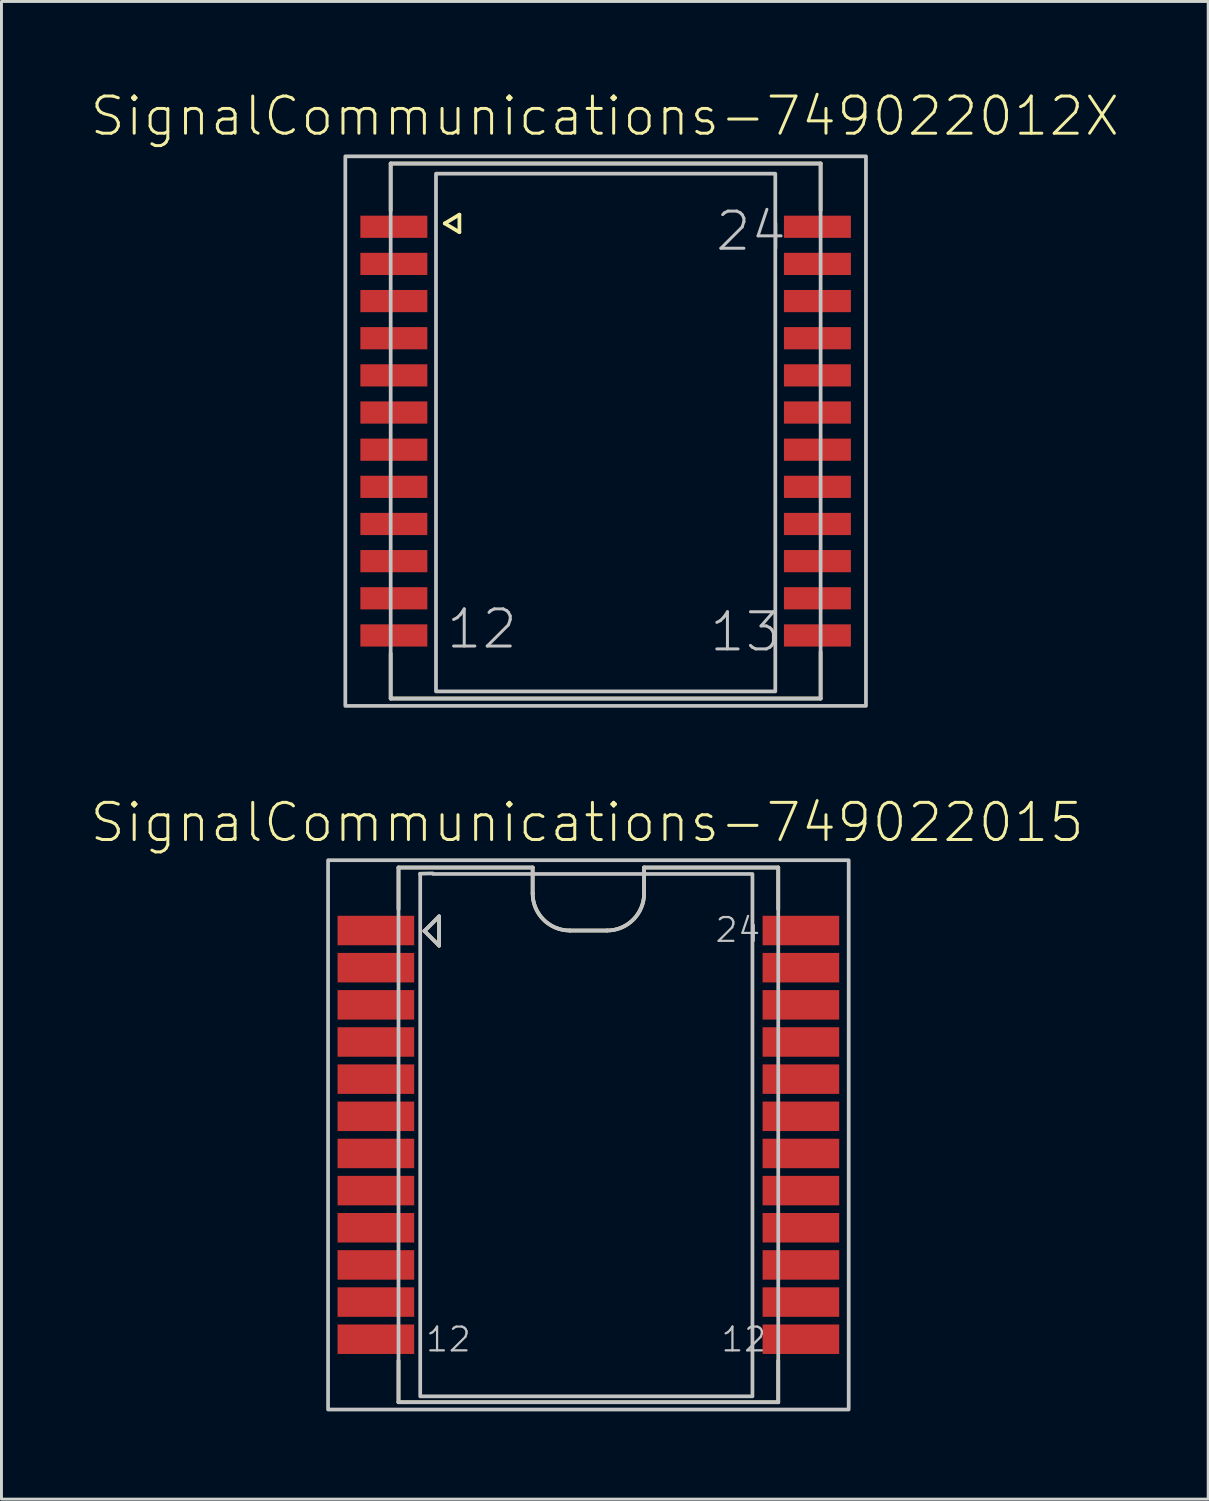
<source format=kicad_pcb>
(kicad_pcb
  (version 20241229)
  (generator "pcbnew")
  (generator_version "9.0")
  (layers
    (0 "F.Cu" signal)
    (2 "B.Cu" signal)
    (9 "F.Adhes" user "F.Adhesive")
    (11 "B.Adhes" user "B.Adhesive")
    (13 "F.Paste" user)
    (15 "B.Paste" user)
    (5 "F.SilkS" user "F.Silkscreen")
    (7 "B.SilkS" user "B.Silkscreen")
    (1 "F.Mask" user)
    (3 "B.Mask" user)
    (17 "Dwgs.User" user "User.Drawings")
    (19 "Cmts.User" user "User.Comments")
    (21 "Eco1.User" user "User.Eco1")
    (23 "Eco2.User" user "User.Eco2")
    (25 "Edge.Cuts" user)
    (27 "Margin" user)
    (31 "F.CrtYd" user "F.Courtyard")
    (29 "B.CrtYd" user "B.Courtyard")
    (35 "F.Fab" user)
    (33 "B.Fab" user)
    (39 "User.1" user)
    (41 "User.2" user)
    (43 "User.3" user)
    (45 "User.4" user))
  (footprint "SignalCommunications-749022012X"
    (layer "F.Cu")
    (at 17.652 11.686)
    (property "Reference" "SignalCommunications-749022012X" (at -0.028 -10.765 0) (layer "F.SilkS") (effects (font (size 1.27 1.27) (thickness 0.102))))
    (attr smd)
    (fp_line (start -7.348 -9.149) (end 7.348 -9.149) (stroke (width 0.127) (type solid)) (layer "F.SilkS"))
    (fp_line (start -7.348 -7.539) (end -7.348 -9.149) (stroke (width 0.127) (type solid)) (layer "F.SilkS"))
    (fp_line (start -7.348 7.6) (end -7.348 9.139) (stroke (width 0.127) (type solid)) (layer "F.SilkS"))
    (fp_line (start -7.348 9.139) (end 7.348 9.139) (stroke (width 0.127) (type solid)) (layer "F.SilkS"))
    (fp_line (start -5.499 -7.099) (end -4.999 -7.399) (stroke (width 0.127) (type solid)) (layer "F.SilkS"))
    (fp_line (start -4.999 -7.399) (end -4.999 -6.8) (stroke (width 0.127) (type solid)) (layer "F.SilkS"))
    (fp_line (start -4.999 -6.8) (end -5.499 -7.099) (stroke (width 0.127) (type solid)) (layer "F.SilkS"))
    (fp_line (start 7.348 -9.149) (end 7.348 -7.549) (stroke (width 0.127) (type solid)) (layer "F.SilkS"))
    (fp_line (start 7.348 9.139) (end 7.348 7.549) (stroke (width 0.127) (type solid)) (layer "F.SilkS"))
    (fp_line (start -7.348 -9.144) (end 7.348 -9.144) (stroke (width 0.127) (type solid)) (layer "Dwgs.User"))
    (fp_line (start -7.348 9.144) (end -7.348 -9.144) (stroke (width 0.127) (type solid)) (layer "Dwgs.User"))
    (fp_line (start 7.348 -9.144) (end 7.348 9.144) (stroke (width 0.127) (type solid)) (layer "Dwgs.User"))
    (fp_line (start 7.348 9.144) (end -7.348 9.144) (stroke (width 0.127) (type solid)) (layer "Dwgs.User"))
    (fp_poly (pts (xy -8.898 -9.393) (xy 8.898 -9.393) (xy 8.898 9.393) (xy -8.898 9.393) (xy -8.898 -9.393)) (stroke (width 0.127) (type solid)) (fill no) (layer "Dwgs.User"))
    (fp_poly (pts (xy -5.799 -8.799) (xy 5.799 -8.799) (xy 5.799 8.898) (xy -5.799 8.898) (xy -5.799 -8.799)) (stroke (width 0.127) (type solid)) (fill no) (layer "Dwgs.User"))
    (fp_text user "13" (at 4.768 6.863 0) (layer "Dwgs.User") (effects (font (size 1.27 1.27) (thickness 0.102))))
    (fp_text user "12" (at -4.229 6.764 0) (layer "Dwgs.User") (effects (font (size 1.27 1.27) (thickness 0.102))))
    (fp_text user "24" (at 4.968 -6.833 0) (layer "Dwgs.User") (effects (font (size 1.27 1.27) (thickness 0.102))))
    (pad "1" smd rect (at -7.239 -6.985) (size 2.289 0.759) (layers "F.Cu" "F.Mask" "F.Paste"))
    (pad "2" smd rect (at -7.239 -5.715) (size 2.289 0.759) (layers "F.Cu" "F.Mask" "F.Paste"))
    (pad "3" smd rect (at -7.239 -4.445) (size 2.289 0.759) (layers "F.Cu" "F.Mask" "F.Paste"))
    (pad "4" smd rect (at -7.239 -3.175) (size 2.289 0.759) (layers "F.Cu" "F.Mask" "F.Paste"))
    (pad "5" smd rect (at -7.239 -1.905) (size 2.289 0.759) (layers "F.Cu" "F.Mask" "F.Paste"))
    (pad "6" smd rect (at -7.239 -0.635) (size 2.289 0.759) (layers "F.Cu" "F.Mask" "F.Paste"))
    (pad "7" smd rect (at -7.239 0.635) (size 2.289 0.759) (layers "F.Cu" "F.Mask" "F.Paste"))
    (pad "8" smd rect (at -7.239 1.905) (size 2.289 0.759) (layers "F.Cu" "F.Mask" "F.Paste"))
    (pad "9" smd rect (at -7.239 3.175) (size 2.289 0.759) (layers "F.Cu" "F.Mask" "F.Paste"))
    (pad "10" smd rect (at -7.239 4.445) (size 2.289 0.759) (layers "F.Cu" "F.Mask" "F.Paste"))
    (pad "11" smd rect (at -7.239 5.715) (size 2.289 0.759) (layers "F.Cu" "F.Mask" "F.Paste"))
    (pad "12" smd rect (at -7.239 6.985) (size 2.289 0.759) (layers "F.Cu" "F.Mask" "F.Paste"))
    (pad "13" smd rect (at 7.239 6.985) (size 2.289 0.759) (layers "F.Cu" "F.Mask" "F.Paste"))
    (pad "14" smd rect (at 7.239 5.715) (size 2.289 0.759) (layers "F.Cu" "F.Mask" "F.Paste"))
    (pad "15" smd rect (at 7.239 4.445) (size 2.289 0.759) (layers "F.Cu" "F.Mask" "F.Paste"))
    (pad "16" smd rect (at 7.239 3.175) (size 2.289 0.759) (layers "F.Cu" "F.Mask" "F.Paste"))
    (pad "17" smd rect (at 7.239 1.905) (size 2.289 0.759) (layers "F.Cu" "F.Mask" "F.Paste"))
    (pad "18" smd rect (at 7.239 0.635) (size 2.289 0.759) (layers "F.Cu" "F.Mask" "F.Paste"))
    (pad "19" smd rect (at 7.239 -0.635) (size 2.289 0.759) (layers "F.Cu" "F.Mask" "F.Paste"))
    (pad "20" smd rect (at 7.239 -1.905) (size 2.289 0.759) (layers "F.Cu" "F.Mask" "F.Paste"))
    (pad "21" smd rect (at 7.239 -3.175) (size 2.289 0.759) (layers "F.Cu" "F.Mask" "F.Paste"))
    (pad "22" smd rect (at 7.239 -4.445) (size 2.289 0.759) (layers "F.Cu" "F.Mask" "F.Paste"))
    (pad "23" smd rect (at 7.239 -5.715) (size 2.289 0.759) (layers "F.Cu" "F.Mask" "F.Paste"))
    (pad "24" smd rect (at 7.239 -6.985) (size 2.289 0.759) (layers "F.Cu" "F.Mask" "F.Paste")))
  (footprint "SignalCommunications-749022015"
    (layer "F.Cu")
    (at 17.062 35.742)
    (property "Reference" "SignalCommunications-749022015" (at -0.043 -10.678 0) (layer "F.SilkS") (effects (font (size 1.27 1.27) (thickness 0.102))))
    (attr smd)
    (fp_line (start -6.49 -9.139) (end -1.905 -9.139) (stroke (width 0.127) (type solid)) (layer "F.SilkS"))
    (fp_line (start -6.49 -7.719) (end -6.49 -9.139) (stroke (width 0.127) (type solid)) (layer "F.SilkS"))
    (fp_line (start -6.49 7.719) (end -6.49 9.139) (stroke (width 0.127) (type solid)) (layer "F.SilkS"))
    (fp_line (start -6.49 9.139) (end 6.49 9.139) (stroke (width 0.127) (type solid)) (layer "F.SilkS"))
    (fp_line (start -5.603 -6.97) (end -5.103 -6.469) (stroke (width 0.127) (type solid)) (layer "F.SilkS"))
    (fp_line (start -5.103 -7.468) (end -5.603 -6.97) (stroke (width 0.127) (type solid)) (layer "F.SilkS"))
    (fp_line (start -5.103 -6.469) (end -5.103 -7.468) (stroke (width 0.127) (type solid)) (layer "F.SilkS"))
    (fp_line (start -1.905 -9.139) (end -1.905 -8.255) (stroke (width 0.127) (type solid)) (layer "F.SilkS"))
    (fp_line (start -0.635 -6.985) (end 0.635 -6.985) (stroke (width 0.127) (type solid)) (layer "F.SilkS"))
    (fp_line (start 1.905 -9.139) (end 6.49 -9.139) (stroke (width 0.127) (type solid)) (layer "F.SilkS"))
    (fp_line (start 1.905 -8.255) (end 1.905 -9.139) (stroke (width 0.127) (type solid)) (layer "F.SilkS"))
    (fp_line (start 6.49 -9.139) (end 6.49 -7.719) (stroke (width 0.127) (type solid)) (layer "F.SilkS"))
    (fp_line (start 6.49 9.139) (end 6.49 7.719) (stroke (width 0.127) (type solid)) (layer "F.SilkS"))
    (fp_arc (start -0.635 -6.985) (mid -1.533026 -7.356974) (end -1.905 -8.255) (stroke (width 0.127) (type solid)) (layer "F.SilkS"))
    (fp_arc (start 1.905 -8.255) (mid 1.533026 -7.356974) (end 0.635 -6.985) (stroke (width 0.127) (type solid)) (layer "F.SilkS"))
    (fp_line (start -6.49 -9.139) (end -6.49 9.139) (stroke (width 0.127) (type solid)) (layer "Dwgs.User"))
    (fp_line (start -6.49 -9.139) (end -1.905 -9.139) (stroke (width 0.127) (type solid)) (layer "Dwgs.User"))
    (fp_line (start -6.49 9.139) (end 6.49 9.139) (stroke (width 0.127) (type solid)) (layer "Dwgs.User"))
    (fp_line (start -5.603 -6.97) (end -5.103 -6.469) (stroke (width 0.127) (type solid)) (layer "Dwgs.User"))
    (fp_line (start -5.103 -7.468) (end -5.603 -6.97) (stroke (width 0.127) (type solid)) (layer "Dwgs.User"))
    (fp_line (start -5.103 -6.469) (end -5.103 -7.468) (stroke (width 0.127) (type solid)) (layer "Dwgs.User"))
    (fp_line (start -1.905 -9.139) (end -1.905 -8.255) (stroke (width 0.127) (type solid)) (layer "Dwgs.User"))
    (fp_line (start -0.635 -6.985) (end 0.635 -6.985) (stroke (width 0.127) (type solid)) (layer "Dwgs.User"))
    (fp_line (start 1.905 -9.139) (end 6.49 -9.139) (stroke (width 0.127) (type solid)) (layer "Dwgs.User"))
    (fp_line (start 1.905 -8.255) (end 1.905 -9.139) (stroke (width 0.127) (type solid)) (layer "Dwgs.User"))
    (fp_line (start 6.49 9.139) (end 6.49 -9.139) (stroke (width 0.127) (type solid)) (layer "Dwgs.User"))
    (fp_arc (start -0.635 -6.985) (mid -1.533026 -7.356974) (end -1.905 -8.255) (stroke (width 0.127) (type solid)) (layer "Dwgs.User"))
    (fp_arc (start 1.905 -8.255) (mid 1.533026 -7.356974) (end 0.635 -6.985) (stroke (width 0.127) (type solid)) (layer "Dwgs.User"))
    (fp_poly (pts (xy -8.898 -9.388) (xy 8.898 -9.388) (xy 8.898 9.388) (xy -8.898 9.388) (xy -8.898 -9.388)) (stroke (width 0.127) (type solid)) (fill no) (layer "Dwgs.User"))
    (fp_poly (pts (xy -5.499 -8.918) (xy 5.608 -8.918) (xy 5.608 8.938) (xy -5.748 8.938) (xy -5.748 -8.898) (xy -5.758 -8.898) (xy -5.758 -8.928) (xy -5.319 -8.938) (xy -5.319 -8.88) (xy -5.499 -8.918)) (stroke (width 0.127) (type solid)) (fill no) (layer "Dwgs.User"))
    (fp_text user "12" (at 5.311 6.993 0) (layer "Dwgs.User") (effects (font (size 0.813 0.813) (thickness 0.076))))
    (fp_text user "12" (at -4.785 6.993 0) (layer "Dwgs.User") (effects (font (size 0.813 0.813) (thickness 0.076))))
    (fp_text user "24" (at 5.11 -7.005 0) (layer "Dwgs.User") (effects (font (size 0.813 0.813) (thickness 0.076))))
    (pad "1" smd rect (at -7.264 -6.985) (size 2.619 1.008) (layers "F.Cu" "F.Mask" "F.Paste"))
    (pad "2" smd rect (at -7.264 -5.715) (size 2.619 1.008) (layers "F.Cu" "F.Mask" "F.Paste"))
    (pad "3" smd rect (at -7.264 -4.445) (size 2.619 1.008) (layers "F.Cu" "F.Mask" "F.Paste"))
    (pad "4" smd rect (at -7.264 -3.175) (size 2.619 1.008) (layers "F.Cu" "F.Mask" "F.Paste"))
    (pad "5" smd rect (at -7.264 -1.905) (size 2.619 1.008) (layers "F.Cu" "F.Mask" "F.Paste"))
    (pad "6" smd rect (at -7.264 -0.635) (size 2.619 1.008) (layers "F.Cu" "F.Mask" "F.Paste"))
    (pad "7" smd rect (at -7.264 0.635) (size 2.619 1.008) (layers "F.Cu" "F.Mask" "F.Paste"))
    (pad "8" smd rect (at -7.264 1.905) (size 2.619 1.008) (layers "F.Cu" "F.Mask" "F.Paste"))
    (pad "9" smd rect (at -7.264 3.175) (size 2.619 1.008) (layers "F.Cu" "F.Mask" "F.Paste"))
    (pad "10" smd rect (at -7.264 4.445) (size 2.619 1.008) (layers "F.Cu" "F.Mask" "F.Paste"))
    (pad "11" smd rect (at -7.264 5.715) (size 2.619 1.008) (layers "F.Cu" "F.Mask" "F.Paste"))
    (pad "12" smd rect (at -7.264 6.985) (size 2.619 1.008) (layers "F.Cu" "F.Mask" "F.Paste"))
    (pad "13" smd rect (at 7.264 6.985) (size 2.619 1.008) (layers "F.Cu" "F.Mask" "F.Paste"))
    (pad "14" smd rect (at 7.264 5.715) (size 2.619 1.008) (layers "F.Cu" "F.Mask" "F.Paste"))
    (pad "15" smd rect (at 7.264 4.445) (size 2.619 1.008) (layers "F.Cu" "F.Mask" "F.Paste"))
    (pad "16" smd rect (at 7.264 3.175) (size 2.619 1.008) (layers "F.Cu" "F.Mask" "F.Paste"))
    (pad "17" smd rect (at 7.264 1.905) (size 2.619 1.008) (layers "F.Cu" "F.Mask" "F.Paste"))
    (pad "18" smd rect (at 7.264 0.635) (size 2.619 1.008) (layers "F.Cu" "F.Mask" "F.Paste"))
    (pad "19" smd rect (at 7.264 -0.635) (size 2.619 1.008) (layers "F.Cu" "F.Mask" "F.Paste"))
    (pad "20" smd rect (at 7.264 -1.905) (size 2.619 1.008) (layers "F.Cu" "F.Mask" "F.Paste"))
    (pad "21" smd rect (at 7.264 -3.175) (size 2.619 1.008) (layers "F.Cu" "F.Mask" "F.Paste"))
    (pad "22" smd rect (at 7.264 -4.445) (size 2.619 1.008) (layers "F.Cu" "F.Mask" "F.Paste"))
    (pad "23" smd rect (at 7.264 -5.715) (size 2.619 1.008) (layers "F.Cu" "F.Mask" "F.Paste"))
    (pad "24" smd rect (at 7.264 -6.985) (size 2.619 1.008) (layers "F.Cu" "F.Mask" "F.Paste")))
  (gr_rect
    (start -3 -3)
    (end 38.248 48.193)
    (stroke (width 0.1) (type default))
    (fill no)
    (layer "Edge.Cuts")))
</source>
